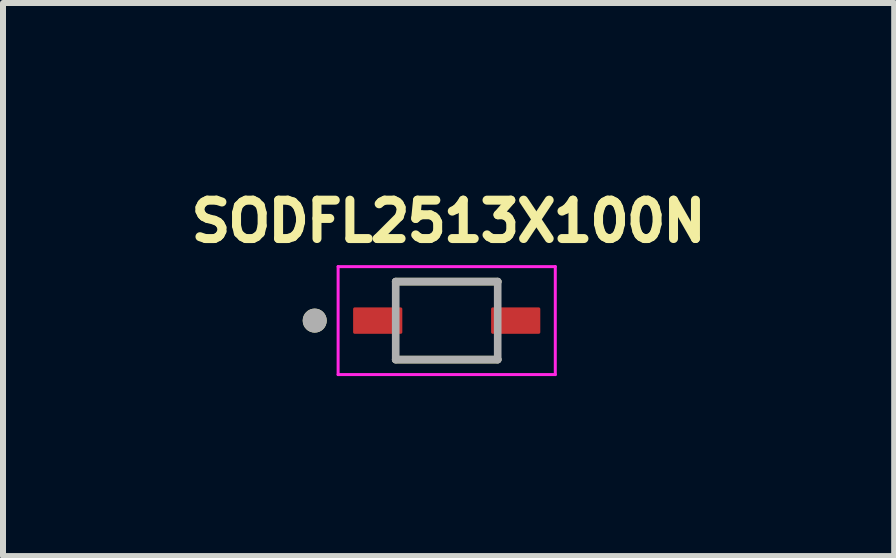
<source format=kicad_pcb>
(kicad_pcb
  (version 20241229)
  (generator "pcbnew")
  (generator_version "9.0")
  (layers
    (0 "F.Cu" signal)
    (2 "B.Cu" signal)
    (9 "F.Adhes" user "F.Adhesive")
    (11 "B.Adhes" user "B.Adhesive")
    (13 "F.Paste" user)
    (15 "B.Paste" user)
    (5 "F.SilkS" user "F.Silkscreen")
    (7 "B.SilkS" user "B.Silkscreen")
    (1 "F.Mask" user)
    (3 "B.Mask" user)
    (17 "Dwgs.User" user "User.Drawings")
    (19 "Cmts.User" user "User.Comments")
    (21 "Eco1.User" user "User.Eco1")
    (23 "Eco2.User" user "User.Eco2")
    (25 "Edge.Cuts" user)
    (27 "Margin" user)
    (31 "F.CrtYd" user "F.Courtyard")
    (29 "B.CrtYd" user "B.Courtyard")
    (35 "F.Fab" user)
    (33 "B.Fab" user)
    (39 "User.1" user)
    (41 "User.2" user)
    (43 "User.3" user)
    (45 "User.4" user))
  (footprint "SODFL2513X100N"
    (layer "F.Cu")
    (at 4.396 2.294)
    (property "Reference" "SODFL2513X100N" (at 0.032 -1.656 0) (layer "F.SilkS") (effects (font (size 0.64 0.64) (thickness 0.15))))
    (attr through_hole)
    (fp_line (start -0.85 -0.65) (end 0.85 -0.65) (stroke (width 0.127) (type solid)) (layer "F.SilkS"))
    (fp_line (start 0.85 0.65) (end -0.85 0.65) (stroke (width 0.127) (type solid)) (layer "F.SilkS"))
    (fp_circle (center -2.2 0) (end -2.1 0) (stroke (width 0.2) (type solid)) (fill no) (layer "F.SilkS"))
    (fp_line (start -1.81 -0.9) (end 1.81 -0.9) (stroke (width 0.05) (type solid)) (layer "F.CrtYd"))
    (fp_line (start -1.81 0.9) (end -1.81 -0.9) (stroke (width 0.05) (type solid)) (layer "F.CrtYd"))
    (fp_line (start 1.81 -0.9) (end 1.81 0.9) (stroke (width 0.05) (type solid)) (layer "F.CrtYd"))
    (fp_line (start 1.81 0.9) (end -1.81 0.9) (stroke (width 0.05) (type solid)) (layer "F.CrtYd"))
    (fp_line (start -0.85 -0.65) (end 0.85 -0.65) (stroke (width 0.127) (type solid)) (layer "F.Fab"))
    (fp_line (start -0.85 0.65) (end -0.85 -0.65) (stroke (width 0.127) (type solid)) (layer "F.Fab"))
    (fp_line (start 0.85 -0.65) (end 0.85 0.65) (stroke (width 0.127) (type solid)) (layer "F.Fab"))
    (fp_line (start 0.85 0.65) (end -0.85 0.65) (stroke (width 0.127) (type solid)) (layer "F.Fab"))
    (fp_circle (center -2.2 0) (end -2.1 0) (stroke (width 0.2) (type solid)) (fill no) (layer "F.Fab"))
    (pad "1" smd roundrect (at -1.15 0) (size 0.82 0.44) (layers "F.Cu" "F.Mask" "F.Paste") (roundrect_rratio 0.06))
    (pad "2" smd roundrect (at 1.15 0) (size 0.82 0.44) (layers "F.Cu" "F.Mask" "F.Paste") (roundrect_rratio 0.06)))
  (gr_rect
    (start -3 -3)
    (end 11.855 6.219)
    (stroke (width 0.1) (type default))
    (fill no)
    (layer "Edge.Cuts")))
</source>
